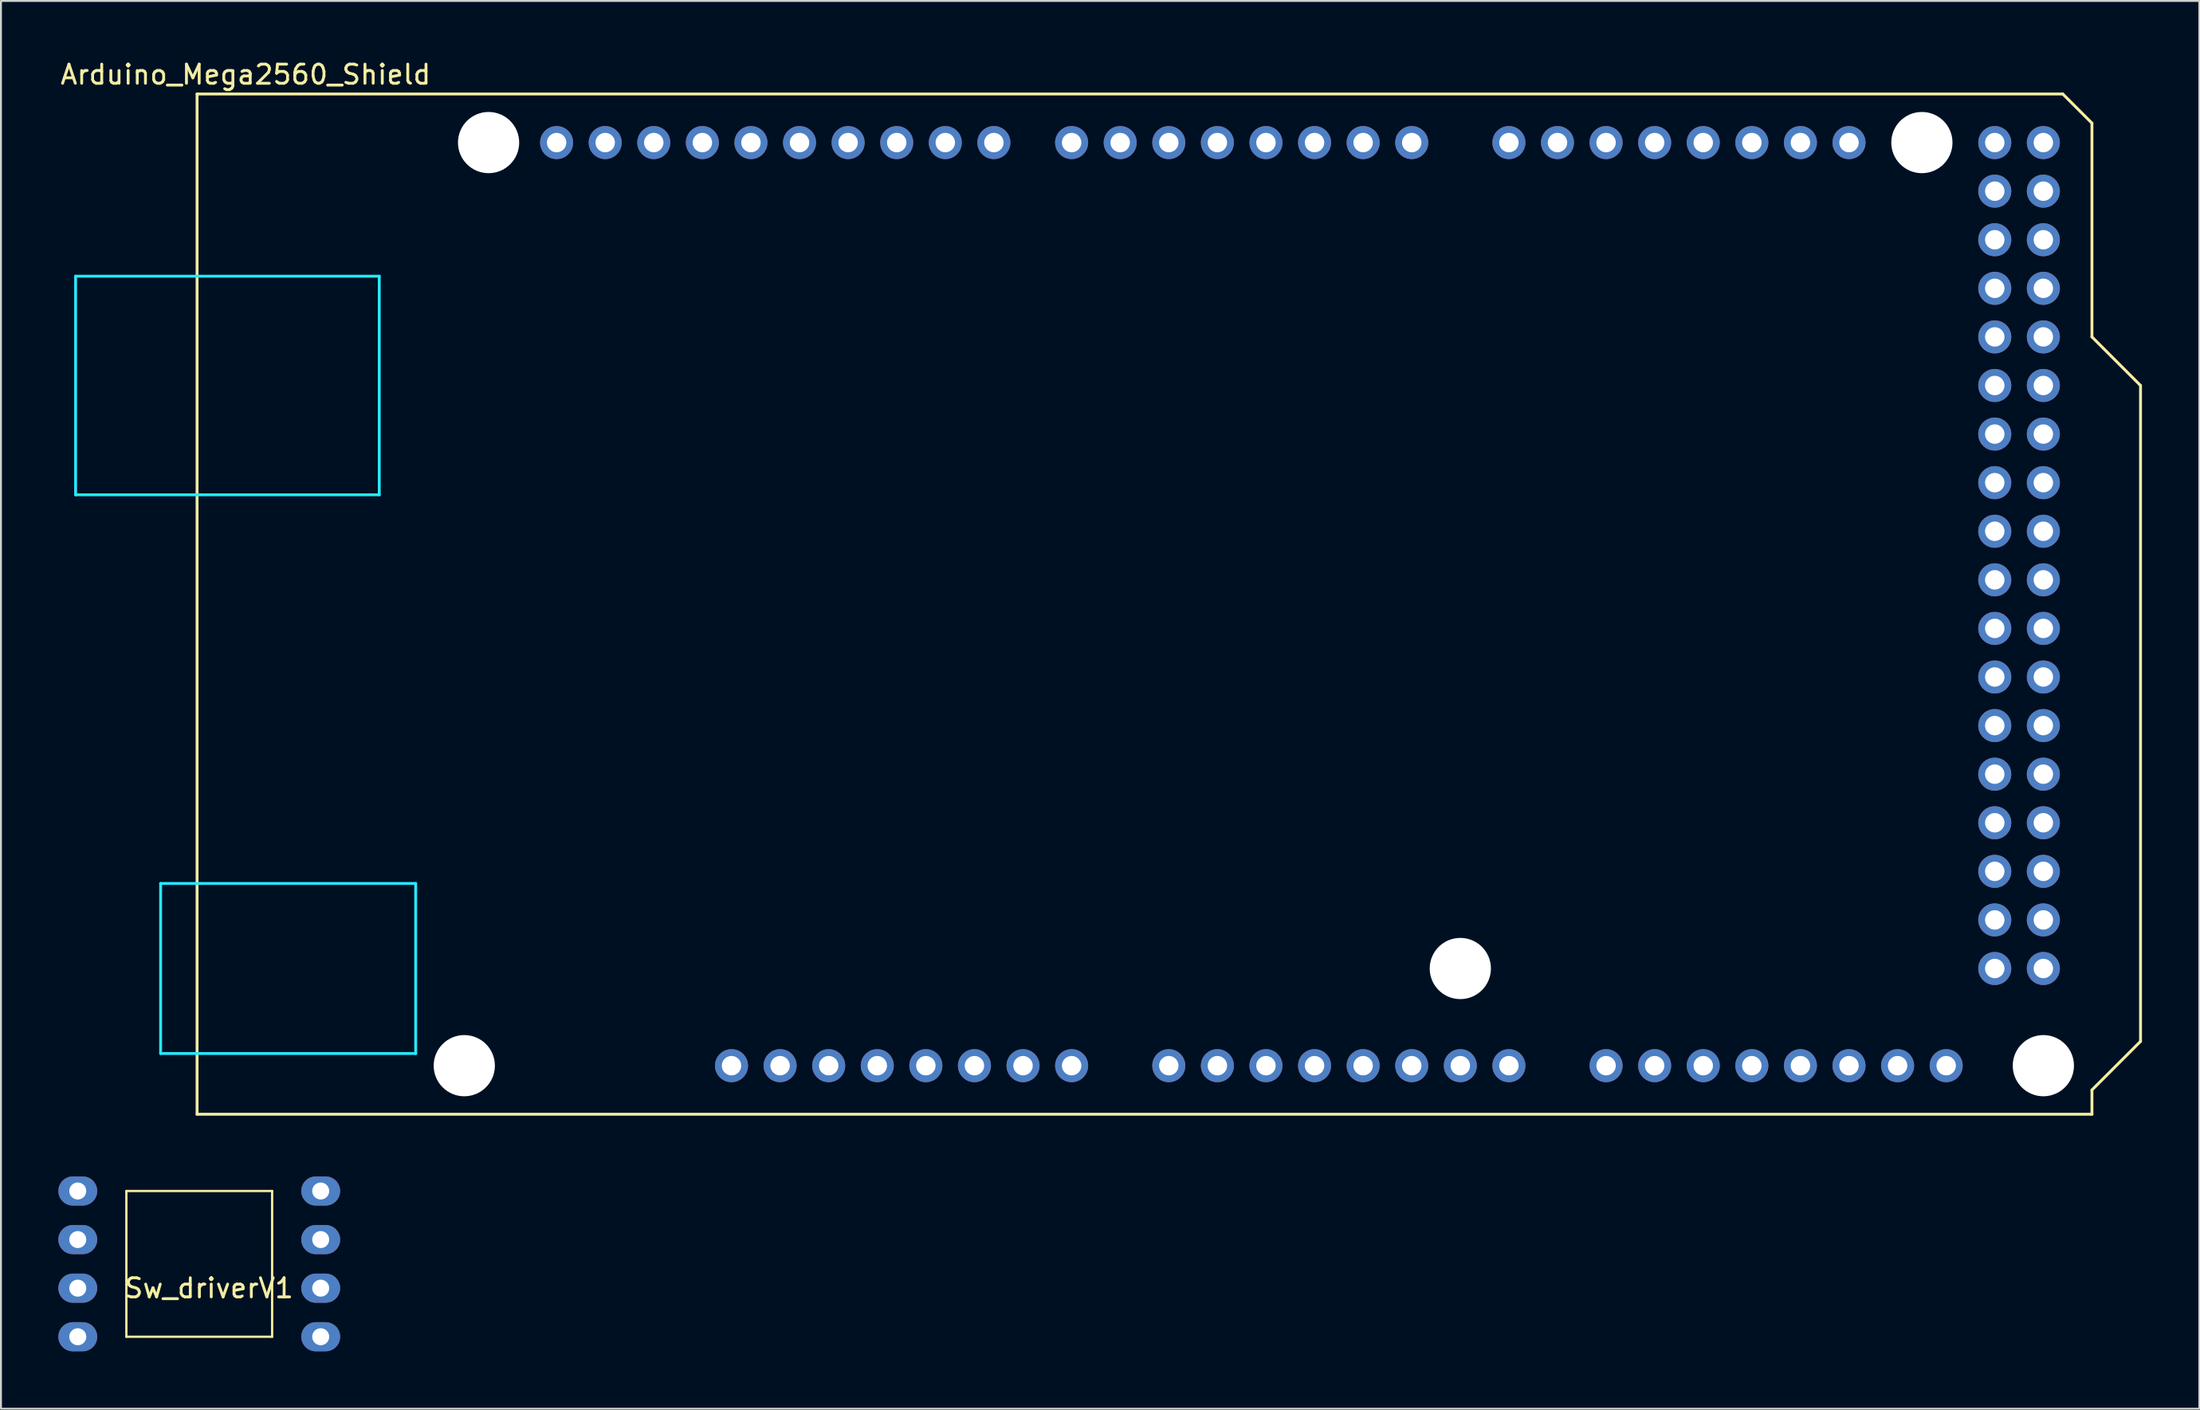
<source format=kicad_pcb>
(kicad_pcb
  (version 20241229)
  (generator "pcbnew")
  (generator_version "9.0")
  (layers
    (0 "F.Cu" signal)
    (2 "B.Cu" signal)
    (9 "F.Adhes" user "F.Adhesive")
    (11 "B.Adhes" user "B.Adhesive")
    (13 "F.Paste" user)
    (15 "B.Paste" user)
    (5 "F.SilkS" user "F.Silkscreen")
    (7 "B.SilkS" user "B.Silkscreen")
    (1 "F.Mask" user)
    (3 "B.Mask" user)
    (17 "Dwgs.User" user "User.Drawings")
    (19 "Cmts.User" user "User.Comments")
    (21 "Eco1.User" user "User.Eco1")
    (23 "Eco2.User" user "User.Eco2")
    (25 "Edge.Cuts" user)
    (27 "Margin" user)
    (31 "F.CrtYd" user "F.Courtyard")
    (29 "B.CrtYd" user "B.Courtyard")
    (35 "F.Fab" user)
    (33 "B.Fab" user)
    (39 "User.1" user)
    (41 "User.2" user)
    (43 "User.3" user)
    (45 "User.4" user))
  (footprint "Arduino_Mega2560_Shield"
    (layer "F.Cu")
    (at 7.252 55.204)
    (property "Reference" "Arduino_Mega2560_Shield" (at 2.54 -54.356 0) (layer "F.SilkS") (effects (font (size 1 1) (thickness 0.15))))
    (attr through_hole)
    (fp_line (start 0 -53.34) (end 0 0) (stroke (width 0.15) (type solid)) (layer "F.SilkS"))
    (fp_line (start 0 -53.34) (end 97.536 -53.34) (stroke (width 0.15) (type solid)) (layer "F.SilkS"))
    (fp_line (start 0 0) (end 99.06 0) (stroke (width 0.15) (type solid)) (layer "F.SilkS"))
    (fp_line (start 97.536 -53.34) (end 99.06 -51.816) (stroke (width 0.15) (type solid)) (layer "F.SilkS"))
    (fp_line (start 99.06 -40.64) (end 99.06 -51.816) (stroke (width 0.15) (type solid)) (layer "F.SilkS"))
    (fp_line (start 99.06 -1.27) (end 101.6 -3.81) (stroke (width 0.15) (type solid)) (layer "F.SilkS"))
    (fp_line (start 99.06 0) (end 99.06 -1.27) (stroke (width 0.15) (type solid)) (layer "F.SilkS"))
    (fp_line (start 101.6 -38.1) (end 99.06 -40.64) (stroke (width 0.15) (type solid)) (layer "F.SilkS"))
    (fp_line (start 101.6 -3.81) (end 101.6 -38.1) (stroke (width 0.15) (type solid)) (layer "F.SilkS"))
    (fp_line (start -6.35 -43.815) (end -6.35 -32.385) (stroke (width 0.15) (type solid)) (layer "B.CrtYd"))
    (fp_line (start -1.905 -12.065) (end -1.905 -3.175) (stroke (width 0.15) (type solid)) (layer "B.CrtYd"))
    (fp_line (start -1.905 -12.065) (end 11.43 -12.065) (stroke (width 0.15) (type solid)) (layer "B.CrtYd"))
    (fp_line (start -1.905 -3.175) (end 11.43 -3.175) (stroke (width 0.15) (type solid)) (layer "B.CrtYd"))
    (fp_line (start 9.525 -43.815) (end -6.35 -43.815) (stroke (width 0.15) (type solid)) (layer "B.CrtYd"))
    (fp_line (start 9.525 -43.815) (end 9.525 -32.385) (stroke (width 0.15) (type solid)) (layer "B.CrtYd"))
    (fp_line (start 9.525 -32.385) (end -6.35 -32.385) (stroke (width 0.15) (type solid)) (layer "B.CrtYd"))
    (fp_line (start 11.43 -12.065) (end 11.43 -3.175) (stroke (width 0.15) (type solid)) (layer "B.CrtYd"))
    (pad "" np_thru_hole circle (at 13.97 -2.54) (size 3.2 3.2) (drill 3.2) (layers "*.Cu" "*.Mask"))
    (pad "" np_thru_hole circle (at 15.24 -50.8) (size 3.2 3.2) (drill 3.2) (layers "*.Cu" "*.Mask"))
    (pad "" thru_hole oval (at 27.94 -2.54) (size 1.727 1.727) (drill 1.016) (layers "*.Cu" "*.Mask"))
    (pad "" np_thru_hole circle (at 66.04 -7.62) (size 3.2 3.2) (drill 3.2) (layers "*.Cu" "*.Mask"))
    (pad "" np_thru_hole circle (at 90.17 -50.8) (size 3.2 3.2) (drill 3.2) (layers "*.Cu" "*.Mask"))
    (pad "" np_thru_hole circle (at 96.52 -2.54) (size 3.2 3.2) (drill 3.2) (layers "*.Cu" "*.Mask"))
    (pad "3V3" thru_hole oval (at 35.56 -2.54) (size 1.727 1.727) (drill 1.016) (layers "*.Cu" "*.Mask"))
    (pad "5V1" thru_hole oval (at 38.1 -2.54) (size 1.727 1.727) (drill 1.016) (layers "*.Cu" "*.Mask"))
    (pad "5V3" thru_hole oval (at 93.98 -50.8) (size 1.727 1.727) (drill 1.016) (layers "*.Cu" "*.Mask"))
    (pad "5V4" thru_hole oval (at 96.52 -50.8) (size 1.727 1.727) (drill 1.016) (layers "*.Cu" "*.Mask"))
    (pad "A0" thru_hole oval (at 50.8 -2.54) (size 1.727 1.727) (drill 1.016) (layers "*.Cu" "*.Mask"))
    (pad "A1" thru_hole oval (at 53.34 -2.54) (size 1.727 1.727) (drill 1.016) (layers "*.Cu" "*.Mask"))
    (pad "A2" thru_hole oval (at 55.88 -2.54) (size 1.727 1.727) (drill 1.016) (layers "*.Cu" "*.Mask"))
    (pad "A3" thru_hole oval (at 58.42 -2.54) (size 1.727 1.727) (drill 1.016) (layers "*.Cu" "*.Mask"))
    (pad "A4" thru_hole oval (at 60.96 -2.54) (size 1.727 1.727) (drill 1.016) (layers "*.Cu" "*.Mask"))
    (pad "A5" thru_hole oval (at 63.5 -2.54) (size 1.727 1.727) (drill 1.016) (layers "*.Cu" "*.Mask"))
    (pad "A6" thru_hole oval (at 66.04 -2.54) (size 1.727 1.727) (drill 1.016) (layers "*.Cu" "*.Mask"))
    (pad "A7" thru_hole oval (at 68.58 -2.54) (size 1.727 1.727) (drill 1.016) (layers "*.Cu" "*.Mask"))
    (pad "A8" thru_hole oval (at 73.66 -2.54) (size 1.727 1.727) (drill 1.016) (layers "*.Cu" "*.Mask"))
    (pad "A9" thru_hole oval (at 76.2 -2.54) (size 1.727 1.727) (drill 1.016) (layers "*.Cu" "*.Mask"))
    (pad "A10" thru_hole oval (at 78.74 -2.54) (size 1.727 1.727) (drill 1.016) (layers "*.Cu" "*.Mask"))
    (pad "A11" thru_hole oval (at 81.28 -2.54) (size 1.727 1.727) (drill 1.016) (layers "*.Cu" "*.Mask"))
    (pad "A12" thru_hole oval (at 83.82 -2.54) (size 1.727 1.727) (drill 1.016) (layers "*.Cu" "*.Mask"))
    (pad "A13" thru_hole oval (at 86.36 -2.54) (size 1.727 1.727) (drill 1.016) (layers "*.Cu" "*.Mask"))
    (pad "A14" thru_hole oval (at 88.9 -2.54) (size 1.727 1.727) (drill 1.016) (layers "*.Cu" "*.Mask"))
    (pad "A15" thru_hole oval (at 91.44 -2.54) (size 1.727 1.727) (drill 1.016) (layers "*.Cu" "*.Mask"))
    (pad "AREF" thru_hole oval (at 23.876 -50.8) (size 1.727 1.727) (drill 1.016) (layers "*.Cu" "*.Mask"))
    (pad "D0" thru_hole oval (at 63.5 -50.8) (size 1.727 1.727) (drill 1.016) (layers "*.Cu" "*.Mask"))
    (pad "D1" thru_hole oval (at 60.96 -50.8) (size 1.727 1.727) (drill 1.016) (layers "*.Cu" "*.Mask"))
    (pad "D2" thru_hole oval (at 58.42 -50.8) (size 1.727 1.727) (drill 1.016) (layers "*.Cu" "*.Mask"))
    (pad "D3" thru_hole oval (at 55.88 -50.8) (size 1.727 1.727) (drill 1.016) (layers "*.Cu" "*.Mask"))
    (pad "D4" thru_hole oval (at 53.34 -50.8) (size 1.727 1.727) (drill 1.016) (layers "*.Cu" "*.Mask"))
    (pad "D5" thru_hole oval (at 50.8 -50.8) (size 1.727 1.727) (drill 1.016) (layers "*.Cu" "*.Mask"))
    (pad "D6" thru_hole oval (at 48.26 -50.8) (size 1.727 1.727) (drill 1.016) (layers "*.Cu" "*.Mask"))
    (pad "D7" thru_hole oval (at 45.72 -50.8) (size 1.727 1.727) (drill 1.016) (layers "*.Cu" "*.Mask"))
    (pad "D8" thru_hole oval (at 41.656 -50.8) (size 1.727 1.727) (drill 1.016) (layers "*.Cu" "*.Mask"))
    (pad "D9" thru_hole oval (at 39.116 -50.8) (size 1.727 1.727) (drill 1.016) (layers "*.Cu" "*.Mask"))
    (pad "D10" thru_hole oval (at 36.576 -50.8) (size 1.727 1.727) (drill 1.016) (layers "*.Cu" "*.Mask"))
    (pad "D11" thru_hole oval (at 34.036 -50.8) (size 1.727 1.727) (drill 1.016) (layers "*.Cu" "*.Mask"))
    (pad "D12" thru_hole oval (at 31.496 -50.8) (size 1.727 1.727) (drill 1.016) (layers "*.Cu" "*.Mask"))
    (pad "D13" thru_hole oval (at 28.956 -50.8) (size 1.727 1.727) (drill 1.016) (layers "*.Cu" "*.Mask"))
    (pad "D14" thru_hole oval (at 68.58 -50.8) (size 1.727 1.727) (drill 1.016) (layers "*.Cu" "*.Mask"))
    (pad "D15" thru_hole oval (at 71.12 -50.8) (size 1.727 1.727) (drill 1.016) (layers "*.Cu" "*.Mask"))
    (pad "D16" thru_hole oval (at 73.66 -50.8) (size 1.727 1.727) (drill 1.016) (layers "*.Cu" "*.Mask"))
    (pad "D17" thru_hole oval (at 76.2 -50.8) (size 1.727 1.727) (drill 1.016) (layers "*.Cu" "*.Mask"))
    (pad "D18" thru_hole oval (at 78.74 -50.8) (size 1.727 1.727) (drill 1.016) (layers "*.Cu" "*.Mask"))
    (pad "D19" thru_hole oval (at 81.28 -50.8) (size 1.727 1.727) (drill 1.016) (layers "*.Cu" "*.Mask"))
    (pad "D20" thru_hole oval (at 83.82 -50.8) (size 1.727 1.727) (drill 1.016) (layers "*.Cu" "*.Mask"))
    (pad "D21" thru_hole oval (at 86.36 -50.8) (size 1.727 1.727) (drill 1.016) (layers "*.Cu" "*.Mask"))
    (pad "D22" thru_hole oval (at 93.98 -48.26) (size 1.727 1.727) (drill 1.016) (layers "*.Cu" "*.Mask"))
    (pad "D23" thru_hole oval (at 96.52 -48.26) (size 1.727 1.727) (drill 1.016) (layers "*.Cu" "*.Mask"))
    (pad "D24" thru_hole oval (at 93.98 -45.72) (size 1.727 1.727) (drill 1.016) (layers "*.Cu" "*.Mask"))
    (pad "D25" thru_hole oval (at 96.52 -45.72) (size 1.727 1.727) (drill 1.016) (layers "*.Cu" "*.Mask"))
    (pad "D26" thru_hole oval (at 93.98 -43.18) (size 1.727 1.727) (drill 1.016) (layers "*.Cu" "*.Mask"))
    (pad "D27" thru_hole oval (at 96.52 -43.18) (size 1.727 1.727) (drill 1.016) (layers "*.Cu" "*.Mask"))
    (pad "D28" thru_hole oval (at 93.98 -40.64) (size 1.727 1.727) (drill 1.016) (layers "*.Cu" "*.Mask"))
    (pad "D29" thru_hole oval (at 96.52 -40.64) (size 1.727 1.727) (drill 1.016) (layers "*.Cu" "*.Mask"))
    (pad "D30" thru_hole oval (at 93.98 -38.1) (size 1.727 1.727) (drill 1.016) (layers "*.Cu" "*.Mask"))
    (pad "D31" thru_hole oval (at 96.52 -38.1) (size 1.727 1.727) (drill 1.016) (layers "*.Cu" "*.Mask"))
    (pad "D32" thru_hole oval (at 93.98 -35.56) (size 1.727 1.727) (drill 1.016) (layers "*.Cu" "*.Mask"))
    (pad "D33" thru_hole oval (at 96.52 -35.56) (size 1.727 1.727) (drill 1.016) (layers "*.Cu" "*.Mask"))
    (pad "D34" thru_hole oval (at 93.98 -33.02) (size 1.727 1.727) (drill 1.016) (layers "*.Cu" "*.Mask"))
    (pad "D35" thru_hole oval (at 96.52 -33.02) (size 1.727 1.727) (drill 1.016) (layers "*.Cu" "*.Mask"))
    (pad "D36" thru_hole oval (at 93.98 -30.48) (size 1.727 1.727) (drill 1.016) (layers "*.Cu" "*.Mask"))
    (pad "D37" thru_hole oval (at 96.52 -30.48) (size 1.727 1.727) (drill 1.016) (layers "*.Cu" "*.Mask"))
    (pad "D38" thru_hole oval (at 93.98 -27.94) (size 1.727 1.727) (drill 1.016) (layers "*.Cu" "*.Mask"))
    (pad "D39" thru_hole oval (at 96.52 -27.94) (size 1.727 1.727) (drill 1.016) (layers "*.Cu" "*.Mask"))
    (pad "D40" thru_hole oval (at 93.98 -25.4) (size 1.727 1.727) (drill 1.016) (layers "*.Cu" "*.Mask"))
    (pad "D41" thru_hole oval (at 96.52 -25.4) (size 1.727 1.727) (drill 1.016) (layers "*.Cu" "*.Mask"))
    (pad "D42" thru_hole oval (at 93.98 -22.86) (size 1.727 1.727) (drill 1.016) (layers "*.Cu" "*.Mask"))
    (pad "D43" thru_hole oval (at 96.52 -22.86) (size 1.727 1.727) (drill 1.016) (layers "*.Cu" "*.Mask"))
    (pad "D44" thru_hole oval (at 93.98 -20.32) (size 1.727 1.727) (drill 1.016) (layers "*.Cu" "*.Mask"))
    (pad "D45" thru_hole oval (at 96.52 -20.32) (size 1.727 1.727) (drill 1.016) (layers "*.Cu" "*.Mask"))
    (pad "D46" thru_hole oval (at 93.98 -17.78) (size 1.727 1.727) (drill 1.016) (layers "*.Cu" "*.Mask"))
    (pad "D47" thru_hole oval (at 96.52 -17.78) (size 1.727 1.727) (drill 1.016) (layers "*.Cu" "*.Mask"))
    (pad "D48" thru_hole oval (at 93.98 -15.24) (size 1.727 1.727) (drill 1.016) (layers "*.Cu" "*.Mask"))
    (pad "D49" thru_hole oval (at 96.52 -15.24) (size 1.727 1.727) (drill 1.016) (layers "*.Cu" "*.Mask"))
    (pad "D50" thru_hole oval (at 93.98 -12.7) (size 1.727 1.727) (drill 1.016) (layers "*.Cu" "*.Mask"))
    (pad "D51" thru_hole oval (at 96.52 -12.7) (size 1.727 1.727) (drill 1.016) (layers "*.Cu" "*.Mask"))
    (pad "D52" thru_hole oval (at 93.98 -10.16) (size 1.727 1.727) (drill 1.016) (layers "*.Cu" "*.Mask"))
    (pad "D53" thru_hole oval (at 96.52 -10.16) (size 1.727 1.727) (drill 1.016) (layers "*.Cu" "*.Mask"))
    (pad "GND1" thru_hole oval (at 26.416 -50.8) (size 1.727 1.727) (drill 1.016) (layers "*.Cu" "*.Mask"))
    (pad "GND2" thru_hole oval (at 40.64 -2.54) (size 1.727 1.727) (drill 1.016) (layers "*.Cu" "*.Mask"))
    (pad "GND3" thru_hole oval (at 43.18 -2.54) (size 1.727 1.727) (drill 1.016) (layers "*.Cu" "*.Mask"))
    (pad "GND5" thru_hole oval (at 93.98 -7.62) (size 1.727 1.727) (drill 1.016) (layers "*.Cu" "*.Mask"))
    (pad "GND6" thru_hole oval (at 96.52 -7.62) (size 1.727 1.727) (drill 1.016) (layers "*.Cu" "*.Mask"))
    (pad "IORF" thru_hole oval (at 30.48 -2.54) (size 1.727 1.727) (drill 1.016) (layers "*.Cu" "*.Mask"))
    (pad "RST1" thru_hole oval (at 33.02 -2.54) (size 1.727 1.727) (drill 1.016) (layers "*.Cu" "*.Mask"))
    (pad "SCL" thru_hole oval (at 18.796 -50.8) (size 1.727 1.727) (drill 1.016) (layers "*.Cu" "*.Mask"))
    (pad "SDA" thru_hole oval (at 21.336 -50.8) (size 1.727 1.727) (drill 1.016) (layers "*.Cu" "*.Mask"))
    (pad "VIN" thru_hole oval (at 45.72 -2.54) (size 1.727 1.727) (drill 1.016) (layers "*.Cu" "*.Mask")))
  (footprint "Sw_driverV1"
    (layer "F.Cu")
    (at 6.096 64.296)
    (property "Reference" "Sw_driverV1" (at 1.778 0 0) (layer "F.SilkS") (effects (font (size 1 1) (thickness 0.15))))
    (attr through_hole)
    (fp_line (start -2.54 -5.08) (end -2.54 2.54) (stroke (width 0.12) (type solid)) (layer "F.SilkS"))
    (fp_line (start -2.54 2.54) (end 5.08 2.54) (stroke (width 0.12) (type solid)) (layer "F.SilkS"))
    (fp_line (start 5.08 -5.08) (end -2.54 -5.08) (stroke (width 0.12) (type solid)) (layer "F.SilkS"))
    (fp_line (start 5.08 2.54) (end 5.08 -5.08) (stroke (width 0.12) (type solid)) (layer "F.SilkS"))
    (pad "1" thru_hole oval (at -5.08 -5.08) (size 2.032 1.524) (drill 0.889) (layers "*.Cu" "*.Mask"))
    (pad "2" thru_hole oval (at -5.08 -2.54) (size 2.032 1.524) (drill 0.889) (layers "*.Cu" "*.Mask"))
    (pad "3" thru_hole oval (at -5.08 0) (size 2.032 1.524) (drill 0.889) (layers "*.Cu" "*.Mask"))
    (pad "4" thru_hole oval (at -5.08 2.54) (size 2.032 1.524) (drill 0.889) (layers "*.Cu" "*.Mask"))
    (pad "5" thru_hole oval (at 7.62 -5.08) (size 2.032 1.524) (drill 0.889) (layers "*.Cu" "*.Mask"))
    (pad "6" thru_hole oval (at 7.62 -2.54) (size 2.032 1.524) (drill 0.889) (layers "*.Cu" "*.Mask"))
    (pad "7" thru_hole oval (at 7.62 0) (size 2.032 1.524) (drill 0.889) (layers "*.Cu" "*.Mask"))
    (pad "8" thru_hole oval (at 7.62 2.54) (size 2.032 1.524) (drill 0.889) (layers "*.Cu" "*.Mask")))
  (gr_rect
    (start -3 -3)
    (end 111.927 70.598)
    (stroke (width 0.1) (type default))
    (fill no)
    (layer "Edge.Cuts")))
</source>
